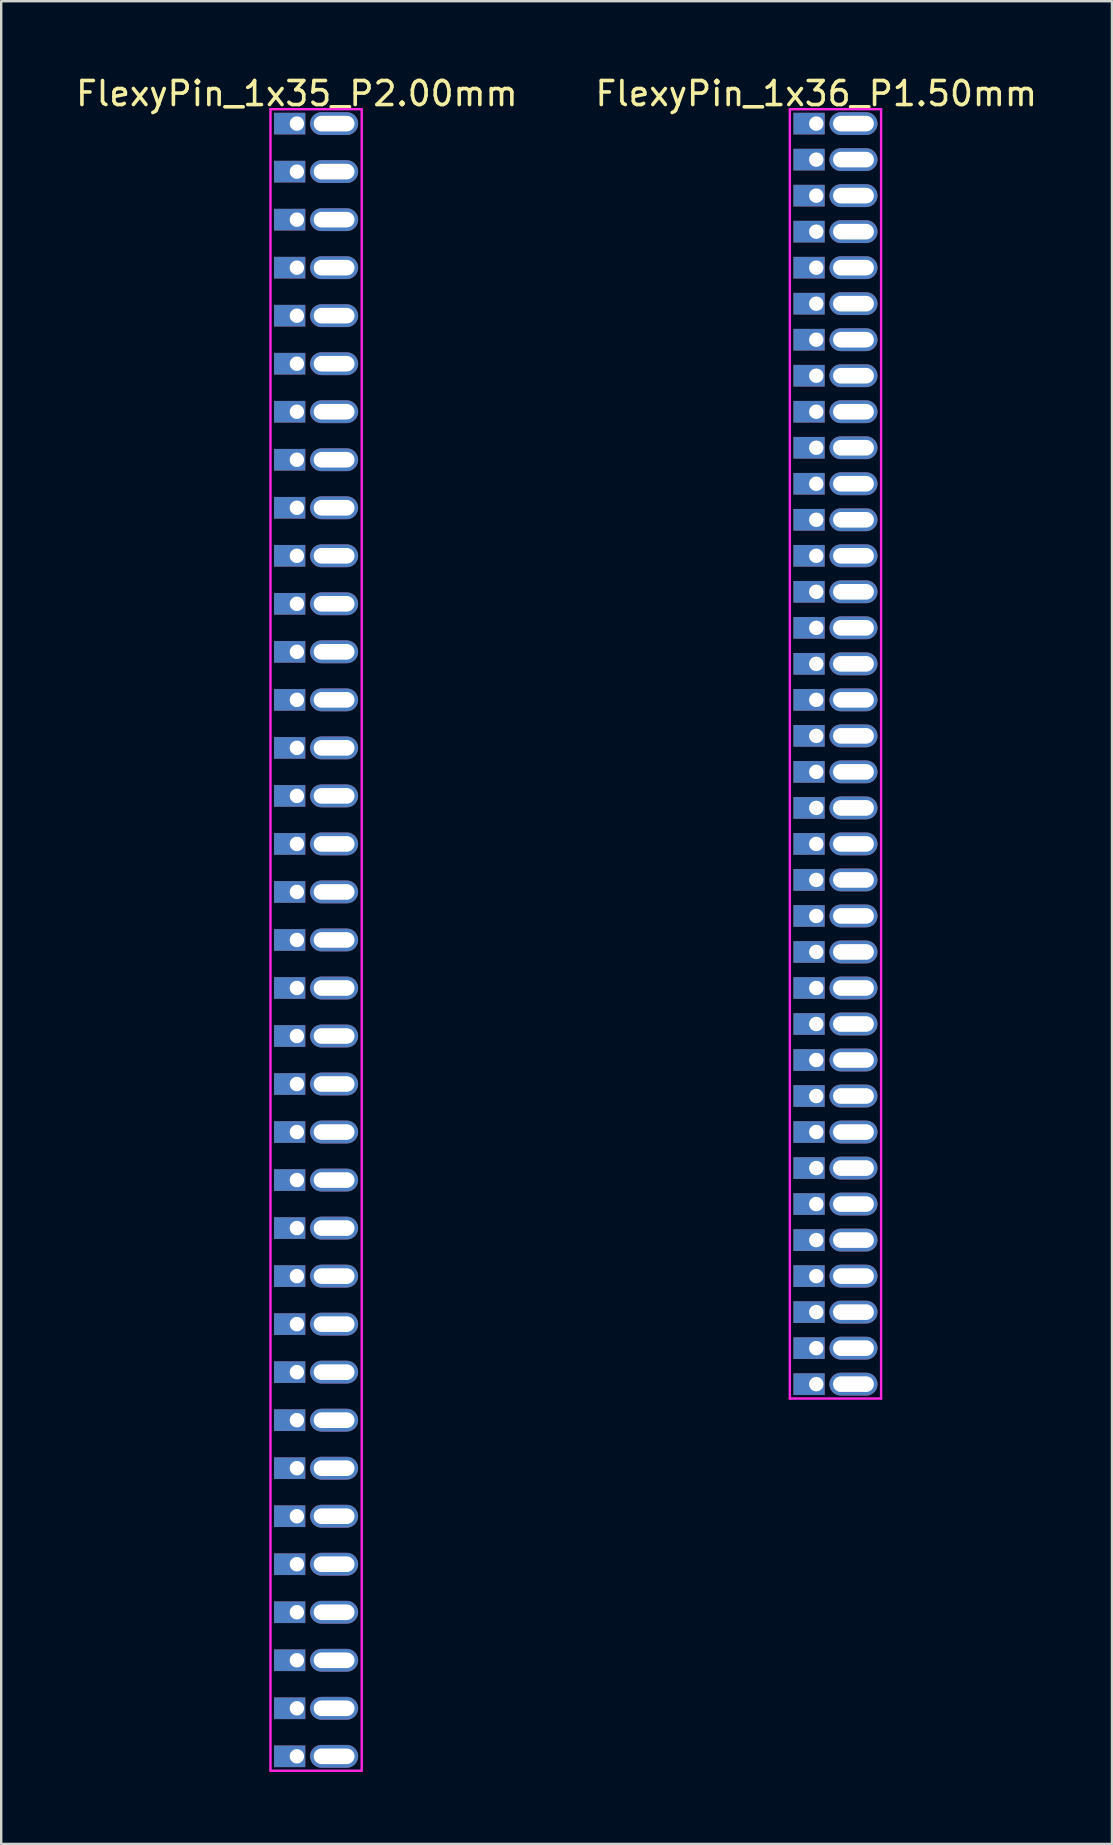
<source format=kicad_pcb>
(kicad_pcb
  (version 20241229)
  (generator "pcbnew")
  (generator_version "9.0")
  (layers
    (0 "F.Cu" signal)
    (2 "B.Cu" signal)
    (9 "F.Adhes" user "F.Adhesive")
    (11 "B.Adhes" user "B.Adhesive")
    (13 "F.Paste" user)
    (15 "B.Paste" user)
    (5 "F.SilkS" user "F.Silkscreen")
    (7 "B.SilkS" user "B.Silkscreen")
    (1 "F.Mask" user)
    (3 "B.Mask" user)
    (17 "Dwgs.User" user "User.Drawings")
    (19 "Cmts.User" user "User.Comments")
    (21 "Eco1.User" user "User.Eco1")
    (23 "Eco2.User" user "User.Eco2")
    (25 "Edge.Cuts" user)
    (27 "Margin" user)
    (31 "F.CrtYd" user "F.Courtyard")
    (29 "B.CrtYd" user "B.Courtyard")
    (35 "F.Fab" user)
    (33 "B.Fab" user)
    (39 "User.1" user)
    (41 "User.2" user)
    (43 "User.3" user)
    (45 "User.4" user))
  (footprint "FlexyPin_1x35_P2.00mm"
    (layer "F.Cu")
    (at 9.315 2.098)
    (property "Reference" "FlexyPin_1x35_P2.00mm" (at 0 -1.25 0) (layer "F.SilkS") (effects (font (size 1 1) (thickness 0.15))))
    (attr through_hole)
    (fp_line (start -1.1 -0.6) (end 2.7 -0.6) (stroke (width 0.1) (type solid)) (layer "F.CrtYd"))
    (fp_line (start -1.1 68.6) (end -1.1 -0.6) (stroke (width 0.1) (type solid)) (layer "F.CrtYd"))
    (fp_line (start 2.7 -0.6) (end 2.7 68.6) (stroke (width 0.1) (type solid)) (layer "F.CrtYd"))
    (fp_line (start 2.7 68.6) (end -1.1 68.6) (stroke (width 0.1) (type solid)) (layer "F.CrtYd"))
    (pad "" thru_hole oval (at 1.55 0) (size 2 0.95) (drill oval 1.7 0.65) (layers "*.Cu" "*.Mask"))
    (pad "" thru_hole oval (at 1.55 2) (size 2 0.95) (drill oval 1.7 0.65) (layers "*.Cu" "*.Mask"))
    (pad "" thru_hole oval (at 1.55 4) (size 2 0.95) (drill oval 1.7 0.65) (layers "*.Cu" "*.Mask"))
    (pad "" thru_hole oval (at 1.55 6) (size 2 0.95) (drill oval 1.7 0.65) (layers "*.Cu" "*.Mask"))
    (pad "" thru_hole oval (at 1.55 8) (size 2 0.95) (drill oval 1.7 0.65) (layers "*.Cu" "*.Mask"))
    (pad "" thru_hole oval (at 1.55 10) (size 2 0.95) (drill oval 1.7 0.65) (layers "*.Cu" "*.Mask"))
    (pad "" thru_hole oval (at 1.55 12) (size 2 0.95) (drill oval 1.7 0.65) (layers "*.Cu" "*.Mask"))
    (pad "" thru_hole oval (at 1.55 14) (size 2 0.95) (drill oval 1.7 0.65) (layers "*.Cu" "*.Mask"))
    (pad "" thru_hole oval (at 1.55 16) (size 2 0.95) (drill oval 1.7 0.65) (layers "*.Cu" "*.Mask"))
    (pad "" thru_hole oval (at 1.55 18) (size 2 0.95) (drill oval 1.7 0.65) (layers "*.Cu" "*.Mask"))
    (pad "" thru_hole oval (at 1.55 20) (size 2 0.95) (drill oval 1.7 0.65) (layers "*.Cu" "*.Mask"))
    (pad "" thru_hole oval (at 1.55 22) (size 2 0.95) (drill oval 1.7 0.65) (layers "*.Cu" "*.Mask"))
    (pad "" thru_hole oval (at 1.55 24) (size 2 0.95) (drill oval 1.7 0.65) (layers "*.Cu" "*.Mask"))
    (pad "" thru_hole oval (at 1.55 26) (size 2 0.95) (drill oval 1.7 0.65) (layers "*.Cu" "*.Mask"))
    (pad "" thru_hole oval (at 1.55 28) (size 2 0.95) (drill oval 1.7 0.65) (layers "*.Cu" "*.Mask"))
    (pad "" thru_hole oval (at 1.55 30) (size 2 0.95) (drill oval 1.7 0.65) (layers "*.Cu" "*.Mask"))
    (pad "" thru_hole oval (at 1.55 32) (size 2 0.95) (drill oval 1.7 0.65) (layers "*.Cu" "*.Mask"))
    (pad "" thru_hole oval (at 1.55 34) (size 2 0.95) (drill oval 1.7 0.65) (layers "*.Cu" "*.Mask"))
    (pad "" thru_hole oval (at 1.55 36) (size 2 0.95) (drill oval 1.7 0.65) (layers "*.Cu" "*.Mask"))
    (pad "" thru_hole oval (at 1.55 38) (size 2 0.95) (drill oval 1.7 0.65) (layers "*.Cu" "*.Mask"))
    (pad "" thru_hole oval (at 1.55 40) (size 2 0.95) (drill oval 1.7 0.65) (layers "*.Cu" "*.Mask"))
    (pad "" thru_hole oval (at 1.55 42) (size 2 0.95) (drill oval 1.7 0.65) (layers "*.Cu" "*.Mask"))
    (pad "" thru_hole oval (at 1.55 44) (size 2 0.95) (drill oval 1.7 0.65) (layers "*.Cu" "*.Mask"))
    (pad "" thru_hole oval (at 1.55 46) (size 2 0.95) (drill oval 1.7 0.65) (layers "*.Cu" "*.Mask"))
    (pad "" thru_hole oval (at 1.55 48) (size 2 0.95) (drill oval 1.7 0.65) (layers "*.Cu" "*.Mask"))
    (pad "" thru_hole oval (at 1.55 50) (size 2 0.95) (drill oval 1.7 0.65) (layers "*.Cu" "*.Mask"))
    (pad "" thru_hole oval (at 1.55 52) (size 2 0.95) (drill oval 1.7 0.65) (layers "*.Cu" "*.Mask"))
    (pad "" thru_hole oval (at 1.55 54) (size 2 0.95) (drill oval 1.7 0.65) (layers "*.Cu" "*.Mask"))
    (pad "" thru_hole oval (at 1.55 56) (size 2 0.95) (drill oval 1.7 0.65) (layers "*.Cu" "*.Mask"))
    (pad "" thru_hole oval (at 1.55 58) (size 2 0.95) (drill oval 1.7 0.65) (layers "*.Cu" "*.Mask"))
    (pad "" thru_hole oval (at 1.55 60) (size 2 0.95) (drill oval 1.7 0.65) (layers "*.Cu" "*.Mask"))
    (pad "" thru_hole oval (at 1.55 62) (size 2 0.95) (drill oval 1.7 0.65) (layers "*.Cu" "*.Mask"))
    (pad "" thru_hole oval (at 1.55 64) (size 2 0.95) (drill oval 1.7 0.65) (layers "*.Cu" "*.Mask"))
    (pad "" thru_hole oval (at 1.55 66) (size 2 0.95) (drill oval 1.7 0.65) (layers "*.Cu" "*.Mask"))
    (pad "" thru_hole oval (at 1.55 68) (size 2 0.95) (drill oval 1.7 0.65) (layers "*.Cu" "*.Mask"))
    (pad "1" thru_hole rect (at 0 0) (size 1.3 0.9) (drill 0.6 (offset -0.3 0)) (layers "*.Cu" "*.Mask"))
    (pad "2" thru_hole rect (at 0 2) (size 1.3 0.9) (drill 0.6 (offset -0.3 0)) (layers "*.Cu" "*.Mask"))
    (pad "3" thru_hole rect (at 0 4) (size 1.3 0.9) (drill 0.6 (offset -0.3 0)) (layers "*.Cu" "*.Mask"))
    (pad "4" thru_hole rect (at 0 6) (size 1.3 0.9) (drill 0.6 (offset -0.3 0)) (layers "*.Cu" "*.Mask"))
    (pad "5" thru_hole rect (at 0 8) (size 1.3 0.9) (drill 0.6 (offset -0.3 0)) (layers "*.Cu" "*.Mask"))
    (pad "6" thru_hole rect (at 0 10) (size 1.3 0.9) (drill 0.6 (offset -0.3 0)) (layers "*.Cu" "*.Mask"))
    (pad "7" thru_hole rect (at 0 12) (size 1.3 0.9) (drill 0.6 (offset -0.3 0)) (layers "*.Cu" "*.Mask"))
    (pad "8" thru_hole rect (at 0 14) (size 1.3 0.9) (drill 0.6 (offset -0.3 0)) (layers "*.Cu" "*.Mask"))
    (pad "9" thru_hole rect (at 0 16) (size 1.3 0.9) (drill 0.6 (offset -0.3 0)) (layers "*.Cu" "*.Mask"))
    (pad "10" thru_hole rect (at 0 18) (size 1.3 0.9) (drill 0.6 (offset -0.3 0)) (layers "*.Cu" "*.Mask"))
    (pad "11" thru_hole rect (at 0 20) (size 1.3 0.9) (drill 0.6 (offset -0.3 0)) (layers "*.Cu" "*.Mask"))
    (pad "12" thru_hole rect (at 0 22) (size 1.3 0.9) (drill 0.6 (offset -0.3 0)) (layers "*.Cu" "*.Mask"))
    (pad "13" thru_hole rect (at 0 24) (size 1.3 0.9) (drill 0.6 (offset -0.3 0)) (layers "*.Cu" "*.Mask"))
    (pad "14" thru_hole rect (at 0 26) (size 1.3 0.9) (drill 0.6 (offset -0.3 0)) (layers "*.Cu" "*.Mask"))
    (pad "15" thru_hole rect (at 0 28) (size 1.3 0.9) (drill 0.6 (offset -0.3 0)) (layers "*.Cu" "*.Mask"))
    (pad "16" thru_hole rect (at 0 30) (size 1.3 0.9) (drill 0.6 (offset -0.3 0)) (layers "*.Cu" "*.Mask"))
    (pad "17" thru_hole rect (at 0 32) (size 1.3 0.9) (drill 0.6 (offset -0.3 0)) (layers "*.Cu" "*.Mask"))
    (pad "18" thru_hole rect (at 0 34) (size 1.3 0.9) (drill 0.6 (offset -0.3 0)) (layers "*.Cu" "*.Mask"))
    (pad "19" thru_hole rect (at 0 36) (size 1.3 0.9) (drill 0.6 (offset -0.3 0)) (layers "*.Cu" "*.Mask"))
    (pad "20" thru_hole rect (at 0 38) (size 1.3 0.9) (drill 0.6 (offset -0.3 0)) (layers "*.Cu" "*.Mask"))
    (pad "21" thru_hole rect (at 0 40) (size 1.3 0.9) (drill 0.6 (offset -0.3 0)) (layers "*.Cu" "*.Mask"))
    (pad "22" thru_hole rect (at 0 42) (size 1.3 0.9) (drill 0.6 (offset -0.3 0)) (layers "*.Cu" "*.Mask"))
    (pad "23" thru_hole rect (at 0 44) (size 1.3 0.9) (drill 0.6 (offset -0.3 0)) (layers "*.Cu" "*.Mask"))
    (pad "24" thru_hole rect (at 0 46) (size 1.3 0.9) (drill 0.6 (offset -0.3 0)) (layers "*.Cu" "*.Mask"))
    (pad "25" thru_hole rect (at 0 48) (size 1.3 0.9) (drill 0.6 (offset -0.3 0)) (layers "*.Cu" "*.Mask"))
    (pad "26" thru_hole rect (at 0 50) (size 1.3 0.9) (drill 0.6 (offset -0.3 0)) (layers "*.Cu" "*.Mask"))
    (pad "27" thru_hole rect (at 0 52) (size 1.3 0.9) (drill 0.6 (offset -0.3 0)) (layers "*.Cu" "*.Mask"))
    (pad "28" thru_hole rect (at 0 54) (size 1.3 0.9) (drill 0.6 (offset -0.3 0)) (layers "*.Cu" "*.Mask"))
    (pad "29" thru_hole rect (at 0 56) (size 1.3 0.9) (drill 0.6 (offset -0.3 0)) (layers "*.Cu" "*.Mask"))
    (pad "30" thru_hole rect (at 0 58) (size 1.3 0.9) (drill 0.6 (offset -0.3 0)) (layers "*.Cu" "*.Mask"))
    (pad "31" thru_hole rect (at 0 60) (size 1.3 0.9) (drill 0.6 (offset -0.3 0)) (layers "*.Cu" "*.Mask"))
    (pad "32" thru_hole rect (at 0 62) (size 1.3 0.9) (drill 0.6 (offset -0.3 0)) (layers "*.Cu" "*.Mask"))
    (pad "33" thru_hole rect (at 0 64) (size 1.3 0.9) (drill 0.6 (offset -0.3 0)) (layers "*.Cu" "*.Mask"))
    (pad "34" thru_hole rect (at 0 66) (size 1.3 0.9) (drill 0.6 (offset -0.3 0)) (layers "*.Cu" "*.Mask"))
    (pad "35" thru_hole rect (at 0 68) (size 1.3 0.9) (drill 0.6 (offset -0.3 0)) (layers "*.Cu" "*.Mask")))
  (footprint "FlexyPin_1x36_P1.50mm"
    (layer "F.Cu")
    (at 30.946 2.098)
    (property "Reference" "FlexyPin_1x36_P1.50mm" (at 0 -1.25 0) (layer "F.SilkS") (effects (font (size 1 1) (thickness 0.15))))
    (attr through_hole)
    (fp_line (start -1.1 -0.6) (end 2.7 -0.6) (stroke (width 0.1) (type solid)) (layer "F.CrtYd"))
    (fp_line (start -1.1 53.1) (end -1.1 -0.6) (stroke (width 0.1) (type solid)) (layer "F.CrtYd"))
    (fp_line (start 2.7 -0.6) (end 2.7 53.1) (stroke (width 0.1) (type solid)) (layer "F.CrtYd"))
    (fp_line (start 2.7 53.1) (end -1.1 53.1) (stroke (width 0.1) (type solid)) (layer "F.CrtYd"))
    (pad "" thru_hole oval (at 1.55 0) (size 2 0.95) (drill oval 1.7 0.65) (layers "*.Cu" "*.Mask"))
    (pad "" thru_hole oval (at 1.55 1.5) (size 2 0.95) (drill oval 1.7 0.65) (layers "*.Cu" "*.Mask"))
    (pad "" thru_hole oval (at 1.55 3) (size 2 0.95) (drill oval 1.7 0.65) (layers "*.Cu" "*.Mask"))
    (pad "" thru_hole oval (at 1.55 4.5) (size 2 0.95) (drill oval 1.7 0.65) (layers "*.Cu" "*.Mask"))
    (pad "" thru_hole oval (at 1.55 6) (size 2 0.95) (drill oval 1.7 0.65) (layers "*.Cu" "*.Mask"))
    (pad "" thru_hole oval (at 1.55 7.5) (size 2 0.95) (drill oval 1.7 0.65) (layers "*.Cu" "*.Mask"))
    (pad "" thru_hole oval (at 1.55 9) (size 2 0.95) (drill oval 1.7 0.65) (layers "*.Cu" "*.Mask"))
    (pad "" thru_hole oval (at 1.55 10.5) (size 2 0.95) (drill oval 1.7 0.65) (layers "*.Cu" "*.Mask"))
    (pad "" thru_hole oval (at 1.55 12) (size 2 0.95) (drill oval 1.7 0.65) (layers "*.Cu" "*.Mask"))
    (pad "" thru_hole oval (at 1.55 13.5) (size 2 0.95) (drill oval 1.7 0.65) (layers "*.Cu" "*.Mask"))
    (pad "" thru_hole oval (at 1.55 15) (size 2 0.95) (drill oval 1.7 0.65) (layers "*.Cu" "*.Mask"))
    (pad "" thru_hole oval (at 1.55 16.5) (size 2 0.95) (drill oval 1.7 0.65) (layers "*.Cu" "*.Mask"))
    (pad "" thru_hole oval (at 1.55 18) (size 2 0.95) (drill oval 1.7 0.65) (layers "*.Cu" "*.Mask"))
    (pad "" thru_hole oval (at 1.55 19.5) (size 2 0.95) (drill oval 1.7 0.65) (layers "*.Cu" "*.Mask"))
    (pad "" thru_hole oval (at 1.55 21) (size 2 0.95) (drill oval 1.7 0.65) (layers "*.Cu" "*.Mask"))
    (pad "" thru_hole oval (at 1.55 22.5) (size 2 0.95) (drill oval 1.7 0.65) (layers "*.Cu" "*.Mask"))
    (pad "" thru_hole oval (at 1.55 24) (size 2 0.95) (drill oval 1.7 0.65) (layers "*.Cu" "*.Mask"))
    (pad "" thru_hole oval (at 1.55 25.5) (size 2 0.95) (drill oval 1.7 0.65) (layers "*.Cu" "*.Mask"))
    (pad "" thru_hole oval (at 1.55 27) (size 2 0.95) (drill oval 1.7 0.65) (layers "*.Cu" "*.Mask"))
    (pad "" thru_hole oval (at 1.55 28.5) (size 2 0.95) (drill oval 1.7 0.65) (layers "*.Cu" "*.Mask"))
    (pad "" thru_hole oval (at 1.55 30) (size 2 0.95) (drill oval 1.7 0.65) (layers "*.Cu" "*.Mask"))
    (pad "" thru_hole oval (at 1.55 31.5) (size 2 0.95) (drill oval 1.7 0.65) (layers "*.Cu" "*.Mask"))
    (pad "" thru_hole oval (at 1.55 33) (size 2 0.95) (drill oval 1.7 0.65) (layers "*.Cu" "*.Mask"))
    (pad "" thru_hole oval (at 1.55 34.5) (size 2 0.95) (drill oval 1.7 0.65) (layers "*.Cu" "*.Mask"))
    (pad "" thru_hole oval (at 1.55 36) (size 2 0.95) (drill oval 1.7 0.65) (layers "*.Cu" "*.Mask"))
    (pad "" thru_hole oval (at 1.55 37.5) (size 2 0.95) (drill oval 1.7 0.65) (layers "*.Cu" "*.Mask"))
    (pad "" thru_hole oval (at 1.55 39) (size 2 0.95) (drill oval 1.7 0.65) (layers "*.Cu" "*.Mask"))
    (pad "" thru_hole oval (at 1.55 40.5) (size 2 0.95) (drill oval 1.7 0.65) (layers "*.Cu" "*.Mask"))
    (pad "" thru_hole oval (at 1.55 42) (size 2 0.95) (drill oval 1.7 0.65) (layers "*.Cu" "*.Mask"))
    (pad "" thru_hole oval (at 1.55 43.5) (size 2 0.95) (drill oval 1.7 0.65) (layers "*.Cu" "*.Mask"))
    (pad "" thru_hole oval (at 1.55 45) (size 2 0.95) (drill oval 1.7 0.65) (layers "*.Cu" "*.Mask"))
    (pad "" thru_hole oval (at 1.55 46.5) (size 2 0.95) (drill oval 1.7 0.65) (layers "*.Cu" "*.Mask"))
    (pad "" thru_hole oval (at 1.55 48) (size 2 0.95) (drill oval 1.7 0.65) (layers "*.Cu" "*.Mask"))
    (pad "" thru_hole oval (at 1.55 49.5) (size 2 0.95) (drill oval 1.7 0.65) (layers "*.Cu" "*.Mask"))
    (pad "" thru_hole oval (at 1.55 51) (size 2 0.95) (drill oval 1.7 0.65) (layers "*.Cu" "*.Mask"))
    (pad "" thru_hole oval (at 1.55 52.5) (size 2 0.95) (drill oval 1.7 0.65) (layers "*.Cu" "*.Mask"))
    (pad "1" thru_hole rect (at 0 0) (size 1.3 0.9) (drill 0.6 (offset -0.3 0)) (layers "*.Cu" "*.Mask"))
    (pad "2" thru_hole rect (at 0 1.5) (size 1.3 0.9) (drill 0.6 (offset -0.3 0)) (layers "*.Cu" "*.Mask"))
    (pad "3" thru_hole rect (at 0 3) (size 1.3 0.9) (drill 0.6 (offset -0.3 0)) (layers "*.Cu" "*.Mask"))
    (pad "4" thru_hole rect (at 0 4.5) (size 1.3 0.9) (drill 0.6 (offset -0.3 0)) (layers "*.Cu" "*.Mask"))
    (pad "5" thru_hole rect (at 0 6) (size 1.3 0.9) (drill 0.6 (offset -0.3 0)) (layers "*.Cu" "*.Mask"))
    (pad "6" thru_hole rect (at 0 7.5) (size 1.3 0.9) (drill 0.6 (offset -0.3 0)) (layers "*.Cu" "*.Mask"))
    (pad "7" thru_hole rect (at 0 9) (size 1.3 0.9) (drill 0.6 (offset -0.3 0)) (layers "*.Cu" "*.Mask"))
    (pad "8" thru_hole rect (at 0 10.5) (size 1.3 0.9) (drill 0.6 (offset -0.3 0)) (layers "*.Cu" "*.Mask"))
    (pad "9" thru_hole rect (at 0 12) (size 1.3 0.9) (drill 0.6 (offset -0.3 0)) (layers "*.Cu" "*.Mask"))
    (pad "10" thru_hole rect (at 0 13.5) (size 1.3 0.9) (drill 0.6 (offset -0.3 0)) (layers "*.Cu" "*.Mask"))
    (pad "11" thru_hole rect (at 0 15) (size 1.3 0.9) (drill 0.6 (offset -0.3 0)) (layers "*.Cu" "*.Mask"))
    (pad "12" thru_hole rect (at 0 16.5) (size 1.3 0.9) (drill 0.6 (offset -0.3 0)) (layers "*.Cu" "*.Mask"))
    (pad "13" thru_hole rect (at 0 18) (size 1.3 0.9) (drill 0.6 (offset -0.3 0)) (layers "*.Cu" "*.Mask"))
    (pad "14" thru_hole rect (at 0 19.5) (size 1.3 0.9) (drill 0.6 (offset -0.3 0)) (layers "*.Cu" "*.Mask"))
    (pad "15" thru_hole rect (at 0 21) (size 1.3 0.9) (drill 0.6 (offset -0.3 0)) (layers "*.Cu" "*.Mask"))
    (pad "16" thru_hole rect (at 0 22.5) (size 1.3 0.9) (drill 0.6 (offset -0.3 0)) (layers "*.Cu" "*.Mask"))
    (pad "17" thru_hole rect (at 0 24) (size 1.3 0.9) (drill 0.6 (offset -0.3 0)) (layers "*.Cu" "*.Mask"))
    (pad "18" thru_hole rect (at 0 25.5) (size 1.3 0.9) (drill 0.6 (offset -0.3 0)) (layers "*.Cu" "*.Mask"))
    (pad "19" thru_hole rect (at 0 27) (size 1.3 0.9) (drill 0.6 (offset -0.3 0)) (layers "*.Cu" "*.Mask"))
    (pad "20" thru_hole rect (at 0 28.5) (size 1.3 0.9) (drill 0.6 (offset -0.3 0)) (layers "*.Cu" "*.Mask"))
    (pad "21" thru_hole rect (at 0 30) (size 1.3 0.9) (drill 0.6 (offset -0.3 0)) (layers "*.Cu" "*.Mask"))
    (pad "22" thru_hole rect (at 0 31.5) (size 1.3 0.9) (drill 0.6 (offset -0.3 0)) (layers "*.Cu" "*.Mask"))
    (pad "23" thru_hole rect (at 0 33) (size 1.3 0.9) (drill 0.6 (offset -0.3 0)) (layers "*.Cu" "*.Mask"))
    (pad "24" thru_hole rect (at 0 34.5) (size 1.3 0.9) (drill 0.6 (offset -0.3 0)) (layers "*.Cu" "*.Mask"))
    (pad "25" thru_hole rect (at 0 36) (size 1.3 0.9) (drill 0.6 (offset -0.3 0)) (layers "*.Cu" "*.Mask"))
    (pad "26" thru_hole rect (at 0 37.5) (size 1.3 0.9) (drill 0.6 (offset -0.3 0)) (layers "*.Cu" "*.Mask"))
    (pad "27" thru_hole rect (at 0 39) (size 1.3 0.9) (drill 0.6 (offset -0.3 0)) (layers "*.Cu" "*.Mask"))
    (pad "28" thru_hole rect (at 0 40.5) (size 1.3 0.9) (drill 0.6 (offset -0.3 0)) (layers "*.Cu" "*.Mask"))
    (pad "29" thru_hole rect (at 0 42) (size 1.3 0.9) (drill 0.6 (offset -0.3 0)) (layers "*.Cu" "*.Mask"))
    (pad "30" thru_hole rect (at 0 43.5) (size 1.3 0.9) (drill 0.6 (offset -0.3 0)) (layers "*.Cu" "*.Mask"))
    (pad "31" thru_hole rect (at 0 45) (size 1.3 0.9) (drill 0.6 (offset -0.3 0)) (layers "*.Cu" "*.Mask"))
    (pad "32" thru_hole rect (at 0 46.5) (size 1.3 0.9) (drill 0.6 (offset -0.3 0)) (layers "*.Cu" "*.Mask"))
    (pad "33" thru_hole rect (at 0 48) (size 1.3 0.9) (drill 0.6 (offset -0.3 0)) (layers "*.Cu" "*.Mask"))
    (pad "34" thru_hole rect (at 0 49.5) (size 1.3 0.9) (drill 0.6 (offset -0.3 0)) (layers "*.Cu" "*.Mask"))
    (pad "35" thru_hole rect (at 0 51) (size 1.3 0.9) (drill 0.6 (offset -0.3 0)) (layers "*.Cu" "*.Mask"))
    (pad "36" thru_hole rect (at 0 52.5) (size 1.3 0.9) (drill 0.6 (offset -0.3 0)) (layers "*.Cu" "*.Mask")))
  (gr_rect
    (start -3 -3)
    (end 43.262 73.748)
    (stroke (width 0.1) (type default))
    (fill no)
    (layer "Edge.Cuts")))
</source>
